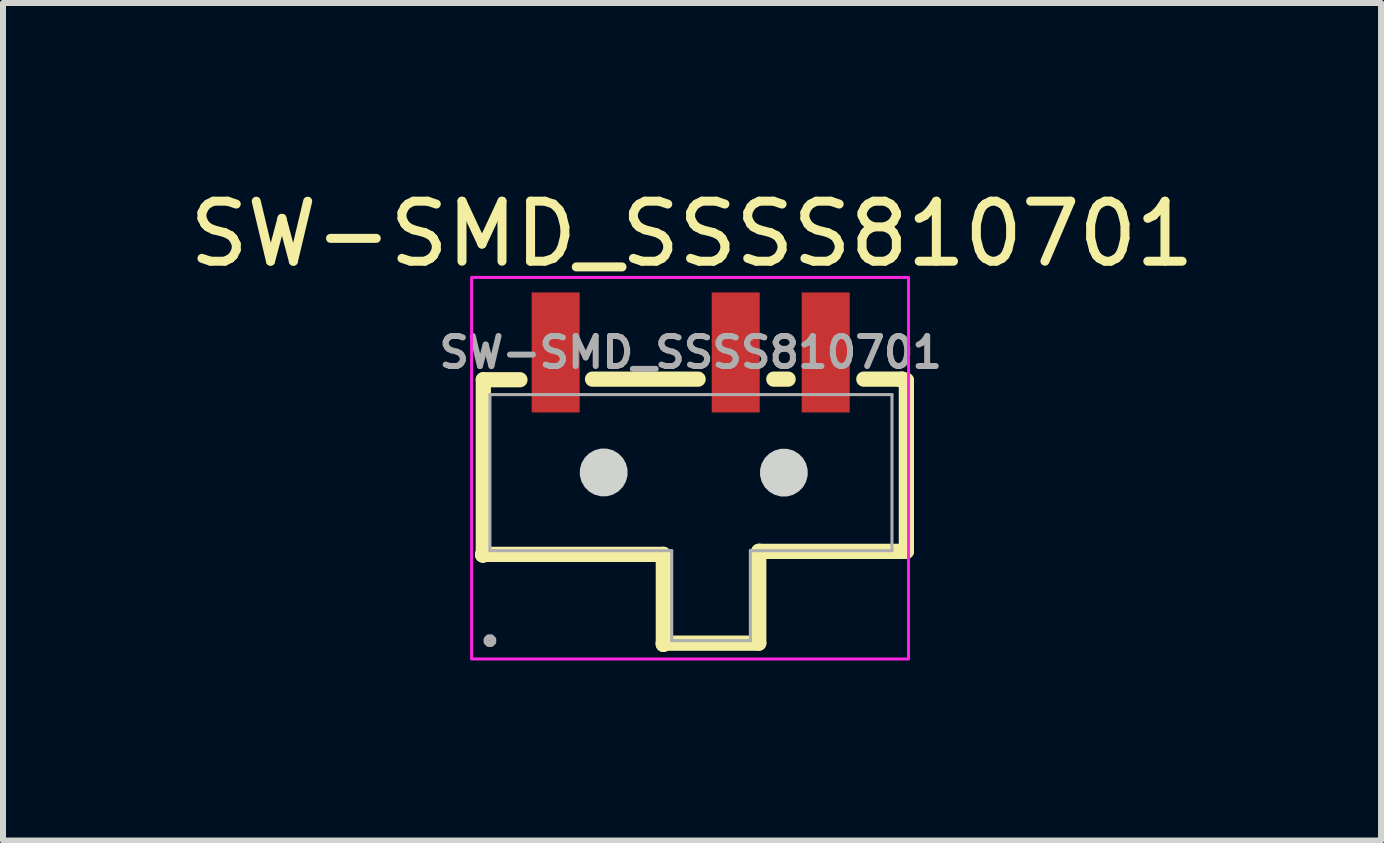
<source format=kicad_pcb>
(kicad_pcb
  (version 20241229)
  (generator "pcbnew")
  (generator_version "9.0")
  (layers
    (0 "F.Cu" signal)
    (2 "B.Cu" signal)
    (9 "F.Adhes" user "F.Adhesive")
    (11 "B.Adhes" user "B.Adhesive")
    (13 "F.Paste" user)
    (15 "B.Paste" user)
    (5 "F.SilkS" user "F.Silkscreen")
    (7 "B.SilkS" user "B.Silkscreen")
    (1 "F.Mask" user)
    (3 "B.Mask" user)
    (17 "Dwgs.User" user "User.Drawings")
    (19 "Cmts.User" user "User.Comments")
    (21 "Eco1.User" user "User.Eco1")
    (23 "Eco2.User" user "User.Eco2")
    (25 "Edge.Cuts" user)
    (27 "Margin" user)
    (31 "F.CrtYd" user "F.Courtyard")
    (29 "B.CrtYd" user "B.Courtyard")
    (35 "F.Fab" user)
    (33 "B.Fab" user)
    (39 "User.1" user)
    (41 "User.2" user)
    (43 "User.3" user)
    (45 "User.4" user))
  (footprint "SW-SMD_SSSS810701"
    (layer "F.Cu")
    (at 8.46 2.823)
    (property "Reference" "SW-SMD_SSSS810701" (at 0.022 -1.975 0) (layer "F.SilkS") (effects (font (size 1 1) (thickness 0.15))))
    (fp_line (start -3.466 3.365) (end -3.466 3.375) (stroke (width 0.254) (type default)) (layer "F.SilkS"))
    (fp_line (start -3.466 3.375) (end -3.456 3.375) (stroke (width 0.254) (type default)) (layer "F.SilkS"))
    (fp_line (start -3.456 0.455) (end -2.846 0.455) (stroke (width 0.254) (type default)) (layer "F.SilkS"))
    (fp_line (start -3.456 3.375) (end -3.456 0.455) (stroke (width 0.254) (type default)) (layer "F.SilkS"))
    (fp_line (start -1.636 0.445) (end 0.123 0.445) (stroke (width 0.254) (type default)) (layer "F.SilkS"))
    (fp_line (start -0.456 3.365) (end -3.466 3.365) (stroke (width 0.254) (type default)) (layer "F.SilkS"))
    (fp_line (start -0.456 4.845) (end -0.456 4.865) (stroke (width 0.254) (type default)) (layer "F.SilkS"))
    (fp_line (start -0.456 4.865) (end -0.456 3.365) (stroke (width 0.254) (type default)) (layer "F.SilkS"))
    (fp_line (start 1.134 3.315) (end 1.134 4.845) (stroke (width 0.254) (type default)) (layer "F.SilkS"))
    (fp_line (start 1.134 4.845) (end -0.456 4.845) (stroke (width 0.254) (type default)) (layer "F.SilkS"))
    (fp_line (start 1.154 3.315) (end 1.134 3.315) (stroke (width 0.254) (type default)) (layer "F.SilkS"))
    (fp_line (start 1.385 0.445) (end 1.623 0.445) (stroke (width 0.254) (type default)) (layer "F.SilkS"))
    (fp_line (start 2.885 0.445) (end 3.524 0.445) (stroke (width 0.254) (type default)) (layer "F.SilkS"))
    (fp_line (start 3.524 0.445) (end 3.524 0.465) (stroke (width 0.254) (type default)) (layer "F.SilkS"))
    (fp_line (start 3.524 0.465) (end 3.594 0.465) (stroke (width 0.254) (type default)) (layer "F.SilkS"))
    (fp_line (start 3.594 0.465) (end 3.594 3.315) (stroke (width 0.254) (type default)) (layer "F.SilkS"))
    (fp_line (start 3.594 3.315) (end 1.154 3.315) (stroke (width 0.254) (type default)) (layer "F.SilkS"))
    (fp_poly (pts (xy -1.053 1.948) (xy -1.08 1.847) (xy -1.133 1.756) (xy -1.206 1.683) (xy -1.297 1.63) (xy -1.398 1.603) (xy -1.502 1.603) (xy -1.603 1.63) (xy -1.694 1.683) (xy -1.767 1.756) (xy -1.82 1.847) (xy -1.847 1.948) (xy -1.847 2.052) (xy -1.82 2.153) (xy -1.767 2.244) (xy -1.694 2.317) (xy -1.603 2.37) (xy -1.502 2.397) (xy -1.398 2.397) (xy -1.297 2.37) (xy -1.206 2.317) (xy -1.133 2.244) (xy -1.08 2.153) (xy -1.053 2.052)) (stroke (width 0) (type default)) (fill yes) (layer "Edge.Cuts"))
    (fp_poly (pts (xy 1.949 1.951) (xy 1.922 1.85) (xy 1.87 1.759) (xy 1.796 1.686) (xy 1.706 1.633) (xy 1.605 1.606) (xy 1.5 1.606) (xy 1.399 1.633) (xy 1.309 1.686) (xy 1.235 1.759) (xy 1.183 1.85) (xy 1.156 1.951) (xy 1.156 2.055) (xy 1.183 2.156) (xy 1.235 2.247) (xy 1.309 2.32) (xy 1.399 2.373) (xy 1.5 2.4) (xy 1.605 2.4) (xy 1.706 2.373) (xy 1.796 2.32) (xy 1.87 2.247) (xy 1.922 2.156) (xy 1.949 2.055)) (stroke (width 0) (type default)) (fill yes) (layer "Edge.Cuts"))
    (fp_rect (start -3.651 -1.25) (end 3.63 5.108) (stroke (width 0.05) (type default)) (fill no) (layer "F.CrtYd"))
    (fp_line (start -3.346 0.703) (end -3.346 3.303) (stroke (width 0.051) (type default)) (layer "F.Fab"))
    (fp_line (start -3.346 3.303) (end -0.316 3.303) (stroke (width 0.051) (type default)) (layer "F.Fab"))
    (fp_line (start -0.316 3.303) (end -0.316 4.803) (stroke (width 0.051) (type default)) (layer "F.Fab"))
    (fp_line (start -0.316 4.803) (end 0.994 4.803) (stroke (width 0.051) (type default)) (layer "F.Fab"))
    (fp_line (start 0.994 3.303) (end 3.354 3.303) (stroke (width 0.051) (type default)) (layer "F.Fab"))
    (fp_line (start 0.994 4.803) (end 0.994 3.303) (stroke (width 0.051) (type default)) (layer "F.Fab"))
    (fp_line (start 3.354 0.703) (end -3.346 0.703) (stroke (width 0.051) (type default)) (layer "F.Fab"))
    (fp_line (start 3.354 3.303) (end 3.354 0.703) (stroke (width 0.051) (type default)) (layer "F.Fab"))
    (fp_poly (pts (xy -3.291 4.78) (xy -3.323 4.748) (xy -3.369 4.748) (xy -3.401 4.78) (xy -3.401 4.826) (xy -3.369 4.858) (xy -3.323 4.858) (xy -3.291 4.826)) (stroke (width 0.1) (type default)) (fill no) (layer "F.Fab"))
    (fp_poly (pts (xy -2.446 -0.197) (xy -2.046 -0.197) (xy -2.046 0.903) (xy -2.446 0.903)) (stroke (width 0.1) (type default)) (fill no) (layer "User.1"))
    (fp_poly (pts (xy 0.554 -0.197) (xy 0.954 -0.197) (xy 0.954 0.903) (xy 0.554 0.903)) (stroke (width 0.1) (type default)) (fill no) (layer "User.1"))
    (fp_poly (pts (xy 2.054 -0.197) (xy 2.454 -0.197) (xy 2.454 0.903) (xy 2.054 0.903)) (stroke (width 0.1) (type default)) (fill no) (layer "User.1"))
    (fp_text user "${REFERENCE}" (at 0 0 0) (layer "F.Fab") (effects (font (size 0.5 0.5) (thickness 0.1))))
    (pad "1" smd rect (at -2.25 0) (size 0.8 2) (layers "F.Cu" "F.Mask" "F.Paste"))
    (pad "2" smd rect (at 0.75 0) (size 0.8 2) (layers "F.Cu" "F.Mask" "F.Paste"))
    (pad "3" smd rect (at 2.25 0) (size 0.8 2) (layers "F.Cu" "F.Mask" "F.Paste")))
  (gr_rect
    (start -3 -3)
    (end 19.964 10.957)
    (stroke (width 0.1) (type default))
    (fill no)
    (layer "Edge.Cuts")))
</source>
